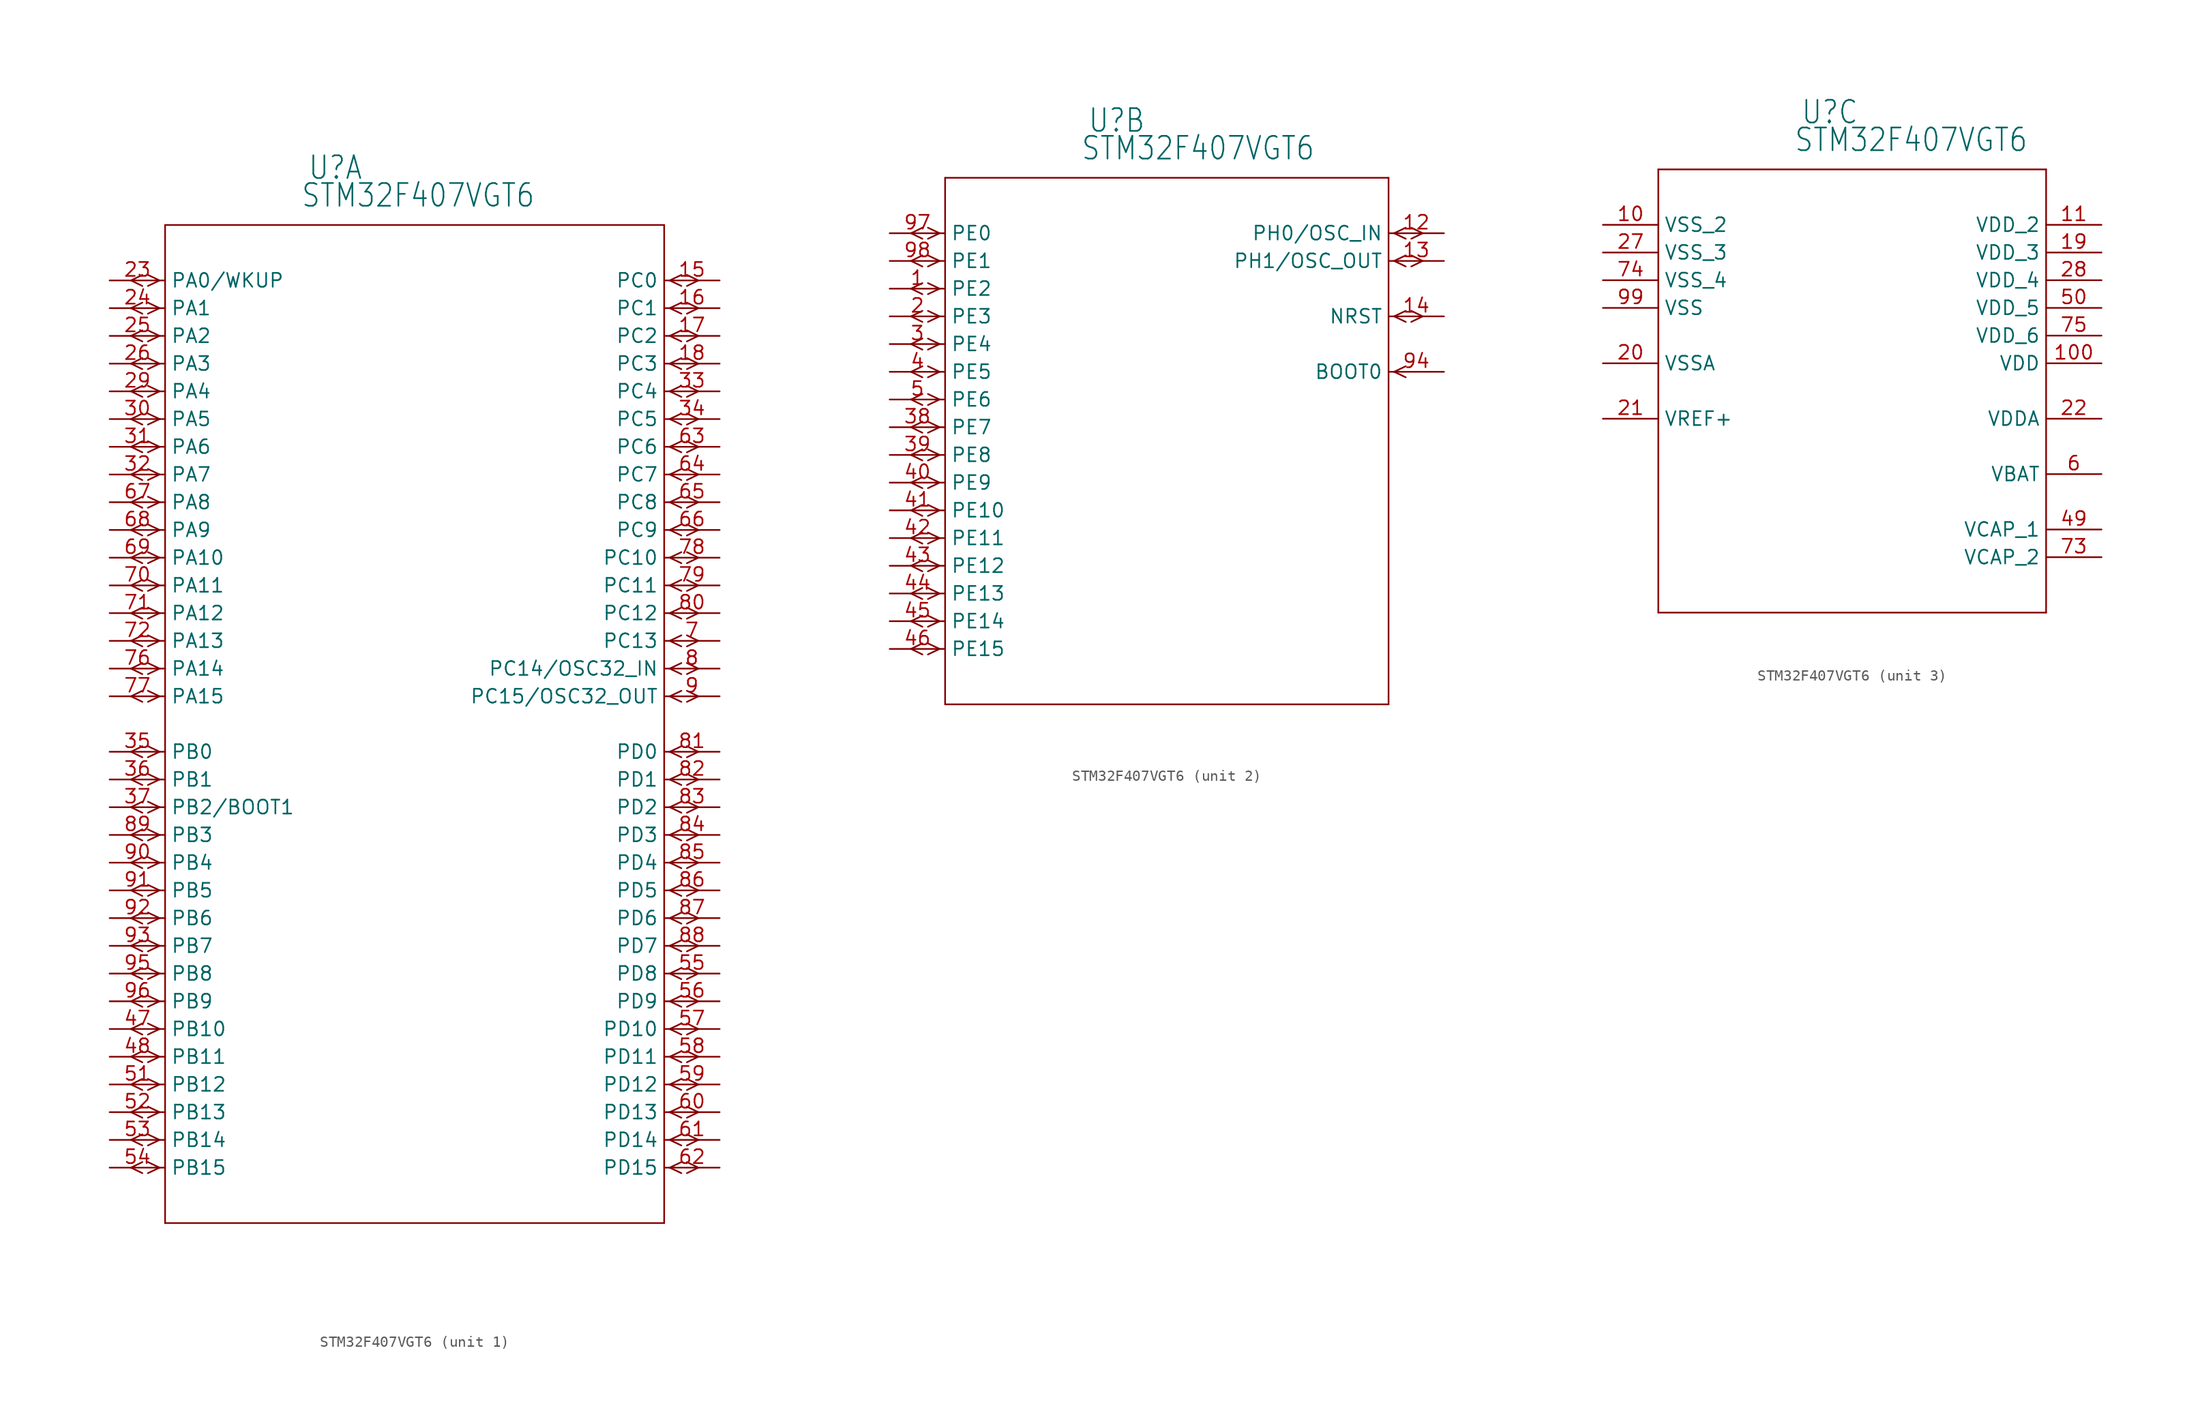
<source format=kicad_sym>
(kicad_symbol_lib
  (version 20211014)
  (generator kicad_symbol_editor)
  (symbol "STM32F407VGT6"
    (property "Reference" "U"
      (at 20.676 9.119 0)
      (effects (font (size 2.083 1.77)) (justify left bottom)))
    (property "Value" "STM32F407VGT6"
      (at 20.041 6.579 0)
      (effects (font (size 2.083 1.77)) (justify left bottom)))
    (property "ki_locked" ""
      (at 0 0 0)
      (effects (font (size 1.27 1.27))))
    (symbol "STM32F407VGT6_1_0"
      (polyline (pts (xy 5.537 -81.788) (xy 4.496 -81.28)) (stroke (width 0.152) (type default) (color 0 0 0 0)) (fill (type none)))
      (polyline (pts (xy 5.537 -80.772) (xy 4.496 -81.28)) (stroke (width 0.152) (type default) (color 0 0 0 0)) (fill (type none)))
      (polyline (pts (xy 5.537 -79.248) (xy 4.496 -78.74)) (stroke (width 0.152) (type default) (color 0 0 0 0)) (fill (type none)))
      (polyline (pts (xy 5.537 -78.232) (xy 4.496 -78.74)) (stroke (width 0.152) (type default) (color 0 0 0 0)) (fill (type none)))
      (polyline (pts (xy 5.537 -76.708) (xy 4.496 -76.2)) (stroke (width 0.152) (type default) (color 0 0 0 0)) (fill (type none)))
      (polyline (pts (xy 5.537 -75.692) (xy 4.496 -76.2)) (stroke (width 0.152) (type default) (color 0 0 0 0)) (fill (type none)))
      (polyline (pts (xy 5.537 -74.168) (xy 4.496 -73.66)) (stroke (width 0.152) (type default) (color 0 0 0 0)) (fill (type none)))
      (polyline (pts (xy 5.537 -73.152) (xy 4.496 -73.66)) (stroke (width 0.152) (type default) (color 0 0 0 0)) (fill (type none)))
      (polyline (pts (xy 5.537 -71.628) (xy 4.496 -71.12)) (stroke (width 0.152) (type default) (color 0 0 0 0)) (fill (type none)))
      (polyline (pts (xy 5.537 -70.612) (xy 4.496 -71.12)) (stroke (width 0.152) (type default) (color 0 0 0 0)) (fill (type none)))
      (polyline (pts (xy 5.537 -69.088) (xy 4.496 -68.58)) (stroke (width 0.152) (type default) (color 0 0 0 0)) (fill (type none)))
      (polyline (pts (xy 5.537 -68.072) (xy 4.496 -68.58)) (stroke (width 0.152) (type default) (color 0 0 0 0)) (fill (type none)))
      (polyline (pts (xy 5.537 -66.548) (xy 4.496 -66.04)) (stroke (width 0.152) (type default) (color 0 0 0 0)) (fill (type none)))
      (polyline (pts (xy 5.537 -65.532) (xy 4.496 -66.04)) (stroke (width 0.152) (type default) (color 0 0 0 0)) (fill (type none)))
      (polyline (pts (xy 5.537 -64.008) (xy 4.496 -63.5)) (stroke (width 0.152) (type default) (color 0 0 0 0)) (fill (type none)))
      (polyline (pts (xy 5.537 -62.992) (xy 4.496 -63.5)) (stroke (width 0.152) (type default) (color 0 0 0 0)) (fill (type none)))
      (polyline (pts (xy 5.537 -61.468) (xy 4.496 -60.96)) (stroke (width 0.152) (type default) (color 0 0 0 0)) (fill (type none)))
      (polyline (pts (xy 5.537 -60.452) (xy 4.496 -60.96)) (stroke (width 0.152) (type default) (color 0 0 0 0)) (fill (type none)))
      (polyline (pts (xy 5.537 -58.928) (xy 4.496 -58.42)) (stroke (width 0.152) (type default) (color 0 0 0 0)) (fill (type none)))
      (polyline (pts (xy 5.537 -57.912) (xy 4.496 -58.42)) (stroke (width 0.152) (type default) (color 0 0 0 0)) (fill (type none)))
      (polyline (pts (xy 5.537 -56.388) (xy 4.496 -55.88)) (stroke (width 0.152) (type default) (color 0 0 0 0)) (fill (type none)))
      (polyline (pts (xy 5.537 -55.372) (xy 4.496 -55.88)) (stroke (width 0.152) (type default) (color 0 0 0 0)) (fill (type none)))
      (polyline (pts (xy 5.537 -53.848) (xy 4.496 -53.34)) (stroke (width 0.152) (type default) (color 0 0 0 0)) (fill (type none)))
      (polyline (pts (xy 5.537 -52.832) (xy 4.496 -53.34)) (stroke (width 0.152) (type default) (color 0 0 0 0)) (fill (type none)))
      (polyline (pts (xy 5.537 -51.308) (xy 4.496 -50.8)) (stroke (width 0.152) (type default) (color 0 0 0 0)) (fill (type none)))
      (polyline (pts (xy 5.537 -50.292) (xy 4.496 -50.8)) (stroke (width 0.152) (type default) (color 0 0 0 0)) (fill (type none)))
      (polyline (pts (xy 5.537 -48.768) (xy 4.496 -48.26)) (stroke (width 0.152) (type default) (color 0 0 0 0)) (fill (type none)))
      (polyline (pts (xy 5.537 -47.752) (xy 4.496 -48.26)) (stroke (width 0.152) (type default) (color 0 0 0 0)) (fill (type none)))
      (polyline (pts (xy 5.537 -46.228) (xy 4.496 -45.72)) (stroke (width 0.152) (type default) (color 0 0 0 0)) (fill (type none)))
      (polyline (pts (xy 5.537 -45.212) (xy 4.496 -45.72)) (stroke (width 0.152) (type default) (color 0 0 0 0)) (fill (type none)))
      (polyline (pts (xy 5.537 -43.688) (xy 4.496 -43.18)) (stroke (width 0.152) (type default) (color 0 0 0 0)) (fill (type none)))
      (polyline (pts (xy 5.537 -42.672) (xy 4.496 -43.18)) (stroke (width 0.152) (type default) (color 0 0 0 0)) (fill (type none)))
      (polyline (pts (xy 5.537 -38.608) (xy 4.496 -38.1)) (stroke (width 0.152) (type default) (color 0 0 0 0)) (fill (type none)))
      (polyline (pts (xy 5.537 -37.592) (xy 4.496 -38.1)) (stroke (width 0.152) (type default) (color 0 0 0 0)) (fill (type none)))
      (polyline (pts (xy 5.537 -36.068) (xy 4.496 -35.56)) (stroke (width 0.152) (type default) (color 0 0 0 0)) (fill (type none)))
      (polyline (pts (xy 5.537 -35.052) (xy 4.496 -35.56)) (stroke (width 0.152) (type default) (color 0 0 0 0)) (fill (type none)))
      (polyline (pts (xy 5.537 -33.528) (xy 4.496 -33.02)) (stroke (width 0.152) (type default) (color 0 0 0 0)) (fill (type none)))
      (polyline (pts (xy 5.537 -32.512) (xy 4.496 -33.02)) (stroke (width 0.152) (type default) (color 0 0 0 0)) (fill (type none)))
      (polyline (pts (xy 5.537 -30.988) (xy 4.496 -30.48)) (stroke (width 0.152) (type default) (color 0 0 0 0)) (fill (type none)))
      (polyline (pts (xy 5.537 -29.972) (xy 4.496 -30.48)) (stroke (width 0.152) (type default) (color 0 0 0 0)) (fill (type none)))
      (polyline (pts (xy 5.537 -28.448) (xy 4.496 -27.94)) (stroke (width 0.152) (type default) (color 0 0 0 0)) (fill (type none)))
      (polyline (pts (xy 5.537 -27.432) (xy 4.496 -27.94)) (stroke (width 0.152) (type default) (color 0 0 0 0)) (fill (type none)))
      (polyline (pts (xy 5.537 -25.908) (xy 4.496 -25.4)) (stroke (width 0.152) (type default) (color 0 0 0 0)) (fill (type none)))
      (polyline (pts (xy 5.537 -24.892) (xy 4.496 -25.4)) (stroke (width 0.152) (type default) (color 0 0 0 0)) (fill (type none)))
      (polyline (pts (xy 5.537 -23.368) (xy 4.496 -22.86)) (stroke (width 0.152) (type default) (color 0 0 0 0)) (fill (type none)))
      (polyline (pts (xy 5.537 -22.352) (xy 4.496 -22.86)) (stroke (width 0.152) (type default) (color 0 0 0 0)) (fill (type none)))
      (polyline (pts (xy 5.537 -20.828) (xy 4.496 -20.32)) (stroke (width 0.152) (type default) (color 0 0 0 0)) (fill (type none)))
      (polyline (pts (xy 5.537 -19.812) (xy 4.496 -20.32)) (stroke (width 0.152) (type default) (color 0 0 0 0)) (fill (type none)))
      (polyline (pts (xy 5.537 -18.288) (xy 4.496 -17.78)) (stroke (width 0.152) (type default) (color 0 0 0 0)) (fill (type none)))
      (polyline (pts (xy 5.537 -17.272) (xy 4.496 -17.78)) (stroke (width 0.152) (type default) (color 0 0 0 0)) (fill (type none)))
      (polyline (pts (xy 5.537 -15.748) (xy 4.496 -15.24)) (stroke (width 0.152) (type default) (color 0 0 0 0)) (fill (type none)))
      (polyline (pts (xy 5.537 -14.732) (xy 4.496 -15.24)) (stroke (width 0.152) (type default) (color 0 0 0 0)) (fill (type none)))
      (polyline (pts (xy 5.537 -13.208) (xy 4.496 -12.7)) (stroke (width 0.152) (type default) (color 0 0 0 0)) (fill (type none)))
      (polyline (pts (xy 5.537 -12.192) (xy 4.496 -12.7)) (stroke (width 0.152) (type default) (color 0 0 0 0)) (fill (type none)))
      (polyline (pts (xy 5.537 -10.668) (xy 4.496 -10.16)) (stroke (width 0.152) (type default) (color 0 0 0 0)) (fill (type none)))
      (polyline (pts (xy 5.537 -9.652) (xy 4.496 -10.16)) (stroke (width 0.152) (type default) (color 0 0 0 0)) (fill (type none)))
      (polyline (pts (xy 5.537 -8.128) (xy 4.496 -7.62)) (stroke (width 0.152) (type default) (color 0 0 0 0)) (fill (type none)))
      (polyline (pts (xy 5.537 -7.112) (xy 4.496 -7.62)) (stroke (width 0.152) (type default) (color 0 0 0 0)) (fill (type none)))
      (polyline (pts (xy 5.537 -5.588) (xy 4.496 -5.08)) (stroke (width 0.152) (type default) (color 0 0 0 0)) (fill (type none)))
      (polyline (pts (xy 5.537 -4.572) (xy 4.496 -5.08)) (stroke (width 0.152) (type default) (color 0 0 0 0)) (fill (type none)))
      (polyline (pts (xy 5.537 -3.048) (xy 4.496 -2.54)) (stroke (width 0.152) (type default) (color 0 0 0 0)) (fill (type none)))
      (polyline (pts (xy 5.537 -2.032) (xy 4.496 -2.54)) (stroke (width 0.152) (type default) (color 0 0 0 0)) (fill (type none)))
      (polyline (pts (xy 5.537 -0.508) (xy 4.496 0)) (stroke (width 0.152) (type default) (color 0 0 0 0)) (fill (type none)))
      (polyline (pts (xy 5.537 0.508) (xy 4.496 0)) (stroke (width 0.152) (type default) (color 0 0 0 0)) (fill (type none)))
      (polyline (pts (xy 7.112 -81.28) (xy 6.045 -81.788)) (stroke (width 0.152) (type default) (color 0 0 0 0)) (fill (type none)))
      (polyline (pts (xy 7.112 -81.28) (xy 6.045 -80.772)) (stroke (width 0.152) (type default) (color 0 0 0 0)) (fill (type none)))
      (polyline (pts (xy 7.112 -78.74) (xy 6.045 -79.248)) (stroke (width 0.152) (type default) (color 0 0 0 0)) (fill (type none)))
      (polyline (pts (xy 7.112 -78.74) (xy 6.045 -78.232)) (stroke (width 0.152) (type default) (color 0 0 0 0)) (fill (type none)))
      (polyline (pts (xy 7.112 -76.2) (xy 6.045 -76.708)) (stroke (width 0.152) (type default) (color 0 0 0 0)) (fill (type none)))
      (polyline (pts (xy 7.112 -76.2) (xy 6.045 -75.692)) (stroke (width 0.152) (type default) (color 0 0 0 0)) (fill (type none)))
      (polyline (pts (xy 7.112 -73.66) (xy 6.045 -74.168)) (stroke (width 0.152) (type default) (color 0 0 0 0)) (fill (type none)))
      (polyline (pts (xy 7.112 -73.66) (xy 6.045 -73.152)) (stroke (width 0.152) (type default) (color 0 0 0 0)) (fill (type none)))
      (polyline (pts (xy 7.112 -71.12) (xy 6.045 -71.628)) (stroke (width 0.152) (type default) (color 0 0 0 0)) (fill (type none)))
      (polyline (pts (xy 7.112 -71.12) (xy 6.045 -70.612)) (stroke (width 0.152) (type default) (color 0 0 0 0)) (fill (type none)))
      (polyline (pts (xy 7.112 -68.58) (xy 6.045 -69.088)) (stroke (width 0.152) (type default) (color 0 0 0 0)) (fill (type none)))
      (polyline (pts (xy 7.112 -68.58) (xy 6.045 -68.072)) (stroke (width 0.152) (type default) (color 0 0 0 0)) (fill (type none)))
      (polyline (pts (xy 7.112 -66.04) (xy 6.045 -66.548)) (stroke (width 0.152) (type default) (color 0 0 0 0)) (fill (type none)))
      (polyline (pts (xy 7.112 -66.04) (xy 6.045 -65.532)) (stroke (width 0.152) (type default) (color 0 0 0 0)) (fill (type none)))
      (polyline (pts (xy 7.112 -63.5) (xy 6.045 -64.008)) (stroke (width 0.152) (type default) (color 0 0 0 0)) (fill (type none)))
      (polyline (pts (xy 7.112 -63.5) (xy 6.045 -62.992)) (stroke (width 0.152) (type default) (color 0 0 0 0)) (fill (type none)))
      (polyline (pts (xy 7.112 -60.96) (xy 6.045 -61.468)) (stroke (width 0.152) (type default) (color 0 0 0 0)) (fill (type none)))
      (polyline (pts (xy 7.112 -60.96) (xy 6.045 -60.452)) (stroke (width 0.152) (type default) (color 0 0 0 0)) (fill (type none)))
      (polyline (pts (xy 7.112 -58.42) (xy 6.045 -58.928)) (stroke (width 0.152) (type default) (color 0 0 0 0)) (fill (type none)))
      (polyline (pts (xy 7.112 -58.42) (xy 6.045 -57.912)) (stroke (width 0.152) (type default) (color 0 0 0 0)) (fill (type none)))
      (polyline (pts (xy 7.112 -55.88) (xy 6.045 -56.388)) (stroke (width 0.152) (type default) (color 0 0 0 0)) (fill (type none)))
      (polyline (pts (xy 7.112 -55.88) (xy 6.045 -55.372)) (stroke (width 0.152) (type default) (color 0 0 0 0)) (fill (type none)))
      (polyline (pts (xy 7.112 -53.34) (xy 6.045 -53.848)) (stroke (width 0.152) (type default) (color 0 0 0 0)) (fill (type none)))
      (polyline (pts (xy 7.112 -53.34) (xy 6.045 -52.832)) (stroke (width 0.152) (type default) (color 0 0 0 0)) (fill (type none)))
      (polyline (pts (xy 7.112 -50.8) (xy 6.045 -51.308)) (stroke (width 0.152) (type default) (color 0 0 0 0)) (fill (type none)))
      (polyline (pts (xy 7.112 -50.8) (xy 6.045 -50.292)) (stroke (width 0.152) (type default) (color 0 0 0 0)) (fill (type none)))
      (polyline (pts (xy 7.112 -48.26) (xy 6.045 -48.768)) (stroke (width 0.152) (type default) (color 0 0 0 0)) (fill (type none)))
      (polyline (pts (xy 7.112 -48.26) (xy 6.045 -47.752)) (stroke (width 0.152) (type default) (color 0 0 0 0)) (fill (type none)))
      (polyline (pts (xy 7.112 -45.72) (xy 6.045 -46.228)) (stroke (width 0.152) (type default) (color 0 0 0 0)) (fill (type none)))
      (polyline (pts (xy 7.112 -45.72) (xy 6.045 -45.212)) (stroke (width 0.152) (type default) (color 0 0 0 0)) (fill (type none)))
      (polyline (pts (xy 7.112 -43.18) (xy 6.045 -43.688)) (stroke (width 0.152) (type default) (color 0 0 0 0)) (fill (type none)))
      (polyline (pts (xy 7.112 -43.18) (xy 6.045 -42.672)) (stroke (width 0.152) (type default) (color 0 0 0 0)) (fill (type none)))
      (polyline (pts (xy 7.112 -38.1) (xy 6.045 -38.608)) (stroke (width 0.152) (type default) (color 0 0 0 0)) (fill (type none)))
      (polyline (pts (xy 7.112 -38.1) (xy 6.045 -37.592)) (stroke (width 0.152) (type default) (color 0 0 0 0)) (fill (type none)))
      (polyline (pts (xy 7.112 -35.56) (xy 6.045 -36.068)) (stroke (width 0.152) (type default) (color 0 0 0 0)) (fill (type none)))
      (polyline (pts (xy 7.112 -35.56) (xy 6.045 -35.052)) (stroke (width 0.152) (type default) (color 0 0 0 0)) (fill (type none)))
      (polyline (pts (xy 7.112 -33.02) (xy 6.045 -33.528)) (stroke (width 0.152) (type default) (color 0 0 0 0)) (fill (type none)))
      (polyline (pts (xy 7.112 -33.02) (xy 6.045 -32.512)) (stroke (width 0.152) (type default) (color 0 0 0 0)) (fill (type none)))
      (polyline (pts (xy 7.112 -30.48) (xy 6.045 -30.988)) (stroke (width 0.152) (type default) (color 0 0 0 0)) (fill (type none)))
      (polyline (pts (xy 7.112 -30.48) (xy 6.045 -29.972)) (stroke (width 0.152) (type default) (color 0 0 0 0)) (fill (type none)))
      (polyline (pts (xy 7.112 -27.94) (xy 6.045 -28.448)) (stroke (width 0.152) (type default) (color 0 0 0 0)) (fill (type none)))
      (polyline (pts (xy 7.112 -27.94) (xy 6.045 -27.432)) (stroke (width 0.152) (type default) (color 0 0 0 0)) (fill (type none)))
      (polyline (pts (xy 7.112 -25.4) (xy 6.045 -25.908)) (stroke (width 0.152) (type default) (color 0 0 0 0)) (fill (type none)))
      (polyline (pts (xy 7.112 -25.4) (xy 6.045 -24.892)) (stroke (width 0.152) (type default) (color 0 0 0 0)) (fill (type none)))
      (polyline (pts (xy 7.112 -22.86) (xy 6.045 -23.368)) (stroke (width 0.152) (type default) (color 0 0 0 0)) (fill (type none)))
      (polyline (pts (xy 7.112 -22.86) (xy 6.045 -22.352)) (stroke (width 0.152) (type default) (color 0 0 0 0)) (fill (type none)))
      (polyline (pts (xy 7.112 -20.32) (xy 6.045 -20.828)) (stroke (width 0.152) (type default) (color 0 0 0 0)) (fill (type none)))
      (polyline (pts (xy 7.112 -20.32) (xy 6.045 -19.812)) (stroke (width 0.152) (type default) (color 0 0 0 0)) (fill (type none)))
      (polyline (pts (xy 7.112 -17.78) (xy 6.045 -18.288)) (stroke (width 0.152) (type default) (color 0 0 0 0)) (fill (type none)))
      (polyline (pts (xy 7.112 -17.78) (xy 6.045 -17.272)) (stroke (width 0.152) (type default) (color 0 0 0 0)) (fill (type none)))
      (polyline (pts (xy 7.112 -15.24) (xy 6.045 -15.748)) (stroke (width 0.152) (type default) (color 0 0 0 0)) (fill (type none)))
      (polyline (pts (xy 7.112 -15.24) (xy 6.045 -14.732)) (stroke (width 0.152) (type default) (color 0 0 0 0)) (fill (type none)))
      (polyline (pts (xy 7.112 -12.7) (xy 6.045 -13.208)) (stroke (width 0.152) (type default) (color 0 0 0 0)) (fill (type none)))
      (polyline (pts (xy 7.112 -12.7) (xy 6.045 -12.192)) (stroke (width 0.152) (type default) (color 0 0 0 0)) (fill (type none)))
      (polyline (pts (xy 7.112 -10.16) (xy 6.045 -10.668)) (stroke (width 0.152) (type default) (color 0 0 0 0)) (fill (type none)))
      (polyline (pts (xy 7.112 -10.16) (xy 6.045 -9.652)) (stroke (width 0.152) (type default) (color 0 0 0 0)) (fill (type none)))
      (polyline (pts (xy 7.112 -7.62) (xy 6.045 -8.128)) (stroke (width 0.152) (type default) (color 0 0 0 0)) (fill (type none)))
      (polyline (pts (xy 7.112 -7.62) (xy 6.045 -7.112)) (stroke (width 0.152) (type default) (color 0 0 0 0)) (fill (type none)))
      (polyline (pts (xy 7.112 -5.08) (xy 6.045 -5.588)) (stroke (width 0.152) (type default) (color 0 0 0 0)) (fill (type none)))
      (polyline (pts (xy 7.112 -5.08) (xy 6.045 -4.572)) (stroke (width 0.152) (type default) (color 0 0 0 0)) (fill (type none)))
      (polyline (pts (xy 7.112 -2.54) (xy 6.045 -3.048)) (stroke (width 0.152) (type default) (color 0 0 0 0)) (fill (type none)))
      (polyline (pts (xy 7.112 -2.54) (xy 6.045 -2.032)) (stroke (width 0.152) (type default) (color 0 0 0 0)) (fill (type none)))
      (polyline (pts (xy 7.112 0) (xy 6.045 -0.508)) (stroke (width 0.152) (type default) (color 0 0 0 0)) (fill (type none)))
      (polyline (pts (xy 7.112 0) (xy 6.045 0.508)) (stroke (width 0.152) (type default) (color 0 0 0 0)) (fill (type none)))
      (polyline (pts (xy 7.62 -86.36) (xy 53.34 -86.36)) (stroke (width 0.152) (type default) (color 0 0 0 0)) (fill (type none)))
      (polyline (pts (xy 7.62 5.08) (xy 7.62 -86.36)) (stroke (width 0.152) (type default) (color 0 0 0 0)) (fill (type none)))
      (polyline (pts (xy 53.34 -86.36) (xy 53.34 5.08)) (stroke (width 0.152) (type default) (color 0 0 0 0)) (fill (type none)))
      (polyline (pts (xy 53.34 5.08) (xy 7.62 5.08)) (stroke (width 0.152) (type default) (color 0 0 0 0)) (fill (type none)))
      (polyline (pts (xy 53.848 -81.28) (xy 54.915 -81.788)) (stroke (width 0.152) (type default) (color 0 0 0 0)) (fill (type none)))
      (polyline (pts (xy 53.848 -81.28) (xy 54.915 -80.772)) (stroke (width 0.152) (type default) (color 0 0 0 0)) (fill (type none)))
      (polyline (pts (xy 53.848 -78.74) (xy 54.915 -79.248)) (stroke (width 0.152) (type default) (color 0 0 0 0)) (fill (type none)))
      (polyline (pts (xy 53.848 -78.74) (xy 54.915 -78.232)) (stroke (width 0.152) (type default) (color 0 0 0 0)) (fill (type none)))
      (polyline (pts (xy 53.848 -76.2) (xy 54.915 -76.708)) (stroke (width 0.152) (type default) (color 0 0 0 0)) (fill (type none)))
      (polyline (pts (xy 53.848 -76.2) (xy 54.915 -75.692)) (stroke (width 0.152) (type default) (color 0 0 0 0)) (fill (type none)))
      (polyline (pts (xy 53.848 -73.66) (xy 54.915 -74.168)) (stroke (width 0.152) (type default) (color 0 0 0 0)) (fill (type none)))
      (polyline (pts (xy 53.848 -73.66) (xy 54.915 -73.152)) (stroke (width 0.152) (type default) (color 0 0 0 0)) (fill (type none)))
      (polyline (pts (xy 53.848 -71.12) (xy 54.915 -71.628)) (stroke (width 0.152) (type default) (color 0 0 0 0)) (fill (type none)))
      (polyline (pts (xy 53.848 -71.12) (xy 54.915 -70.612)) (stroke (width 0.152) (type default) (color 0 0 0 0)) (fill (type none)))
      (polyline (pts (xy 53.848 -68.58) (xy 54.915 -69.088)) (stroke (width 0.152) (type default) (color 0 0 0 0)) (fill (type none)))
      (polyline (pts (xy 53.848 -68.58) (xy 54.915 -68.072)) (stroke (width 0.152) (type default) (color 0 0 0 0)) (fill (type none)))
      (polyline (pts (xy 53.848 -66.04) (xy 54.915 -66.548)) (stroke (width 0.152) (type default) (color 0 0 0 0)) (fill (type none)))
      (polyline (pts (xy 53.848 -66.04) (xy 54.915 -65.532)) (stroke (width 0.152) (type default) (color 0 0 0 0)) (fill (type none)))
      (polyline (pts (xy 53.848 -63.5) (xy 54.915 -64.008)) (stroke (width 0.152) (type default) (color 0 0 0 0)) (fill (type none)))
      (polyline (pts (xy 53.848 -63.5) (xy 54.915 -62.992)) (stroke (width 0.152) (type default) (color 0 0 0 0)) (fill (type none)))
      (polyline (pts (xy 53.848 -60.96) (xy 54.915 -61.468)) (stroke (width 0.152) (type default) (color 0 0 0 0)) (fill (type none)))
      (polyline (pts (xy 53.848 -60.96) (xy 54.915 -60.452)) (stroke (width 0.152) (type default) (color 0 0 0 0)) (fill (type none)))
      (polyline (pts (xy 53.848 -58.42) (xy 54.915 -58.928)) (stroke (width 0.152) (type default) (color 0 0 0 0)) (fill (type none)))
      (polyline (pts (xy 53.848 -58.42) (xy 54.915 -57.912)) (stroke (width 0.152) (type default) (color 0 0 0 0)) (fill (type none)))
      (polyline (pts (xy 53.848 -55.88) (xy 54.915 -56.388)) (stroke (width 0.152) (type default) (color 0 0 0 0)) (fill (type none)))
      (polyline (pts (xy 53.848 -55.88) (xy 54.915 -55.372)) (stroke (width 0.152) (type default) (color 0 0 0 0)) (fill (type none)))
      (polyline (pts (xy 53.848 -53.34) (xy 54.915 -53.848)) (stroke (width 0.152) (type default) (color 0 0 0 0)) (fill (type none)))
      (polyline (pts (xy 53.848 -53.34) (xy 54.915 -52.832)) (stroke (width 0.152) (type default) (color 0 0 0 0)) (fill (type none)))
      (polyline (pts (xy 53.848 -50.8) (xy 54.915 -51.308)) (stroke (width 0.152) (type default) (color 0 0 0 0)) (fill (type none)))
      (polyline (pts (xy 53.848 -50.8) (xy 54.915 -50.292)) (stroke (width 0.152) (type default) (color 0 0 0 0)) (fill (type none)))
      (polyline (pts (xy 53.848 -48.26) (xy 54.915 -48.768)) (stroke (width 0.152) (type default) (color 0 0 0 0)) (fill (type none)))
      (polyline (pts (xy 53.848 -48.26) (xy 54.915 -47.752)) (stroke (width 0.152) (type default) (color 0 0 0 0)) (fill (type none)))
      (polyline (pts (xy 53.848 -45.72) (xy 54.915 -46.228)) (stroke (width 0.152) (type default) (color 0 0 0 0)) (fill (type none)))
      (polyline (pts (xy 53.848 -45.72) (xy 54.915 -45.212)) (stroke (width 0.152) (type default) (color 0 0 0 0)) (fill (type none)))
      (polyline (pts (xy 53.848 -43.18) (xy 54.915 -43.688)) (stroke (width 0.152) (type default) (color 0 0 0 0)) (fill (type none)))
      (polyline (pts (xy 53.848 -43.18) (xy 54.915 -42.672)) (stroke (width 0.152) (type default) (color 0 0 0 0)) (fill (type none)))
      (polyline (pts (xy 53.848 -38.1) (xy 54.915 -38.608)) (stroke (width 0.152) (type default) (color 0 0 0 0)) (fill (type none)))
      (polyline (pts (xy 53.848 -38.1) (xy 54.915 -37.592)) (stroke (width 0.152) (type default) (color 0 0 0 0)) (fill (type none)))
      (polyline (pts (xy 53.848 -35.56) (xy 54.915 -36.068)) (stroke (width 0.152) (type default) (color 0 0 0 0)) (fill (type none)))
      (polyline (pts (xy 53.848 -35.56) (xy 54.915 -35.052)) (stroke (width 0.152) (type default) (color 0 0 0 0)) (fill (type none)))
      (polyline (pts (xy 53.848 -33.02) (xy 54.915 -33.528)) (stroke (width 0.152) (type default) (color 0 0 0 0)) (fill (type none)))
      (polyline (pts (xy 53.848 -33.02) (xy 54.915 -32.512)) (stroke (width 0.152) (type default) (color 0 0 0 0)) (fill (type none)))
      (polyline (pts (xy 53.848 -30.48) (xy 54.915 -30.988)) (stroke (width 0.152) (type default) (color 0 0 0 0)) (fill (type none)))
      (polyline (pts (xy 53.848 -30.48) (xy 54.915 -29.972)) (stroke (width 0.152) (type default) (color 0 0 0 0)) (fill (type none)))
      (polyline (pts (xy 53.848 -27.94) (xy 54.915 -28.448)) (stroke (width 0.152) (type default) (color 0 0 0 0)) (fill (type none)))
      (polyline (pts (xy 53.848 -27.94) (xy 54.915 -27.432)) (stroke (width 0.152) (type default) (color 0 0 0 0)) (fill (type none)))
      (polyline (pts (xy 53.848 -25.4) (xy 54.915 -25.908)) (stroke (width 0.152) (type default) (color 0 0 0 0)) (fill (type none)))
      (polyline (pts (xy 53.848 -25.4) (xy 54.915 -24.892)) (stroke (width 0.152) (type default) (color 0 0 0 0)) (fill (type none)))
      (polyline (pts (xy 53.848 -22.86) (xy 54.915 -23.368)) (stroke (width 0.152) (type default) (color 0 0 0 0)) (fill (type none)))
      (polyline (pts (xy 53.848 -22.86) (xy 54.915 -22.352)) (stroke (width 0.152) (type default) (color 0 0 0 0)) (fill (type none)))
      (polyline (pts (xy 53.848 -20.32) (xy 54.915 -20.828)) (stroke (width 0.152) (type default) (color 0 0 0 0)) (fill (type none)))
      (polyline (pts (xy 53.848 -20.32) (xy 54.915 -19.812)) (stroke (width 0.152) (type default) (color 0 0 0 0)) (fill (type none)))
      (polyline (pts (xy 53.848 -17.78) (xy 54.915 -18.288)) (stroke (width 0.152) (type default) (color 0 0 0 0)) (fill (type none)))
      (polyline (pts (xy 53.848 -17.78) (xy 54.915 -17.272)) (stroke (width 0.152) (type default) (color 0 0 0 0)) (fill (type none)))
      (polyline (pts (xy 53.848 -15.24) (xy 54.915 -15.748)) (stroke (width 0.152) (type default) (color 0 0 0 0)) (fill (type none)))
      (polyline (pts (xy 53.848 -15.24) (xy 54.915 -14.732)) (stroke (width 0.152) (type default) (color 0 0 0 0)) (fill (type none)))
      (polyline (pts (xy 53.848 -12.7) (xy 54.915 -13.208)) (stroke (width 0.152) (type default) (color 0 0 0 0)) (fill (type none)))
      (polyline (pts (xy 53.848 -12.7) (xy 54.915 -12.192)) (stroke (width 0.152) (type default) (color 0 0 0 0)) (fill (type none)))
      (polyline (pts (xy 53.848 -10.16) (xy 54.915 -10.668)) (stroke (width 0.152) (type default) (color 0 0 0 0)) (fill (type none)))
      (polyline (pts (xy 53.848 -10.16) (xy 54.915 -9.652)) (stroke (width 0.152) (type default) (color 0 0 0 0)) (fill (type none)))
      (polyline (pts (xy 53.848 -7.62) (xy 54.915 -8.128)) (stroke (width 0.152) (type default) (color 0 0 0 0)) (fill (type none)))
      (polyline (pts (xy 53.848 -7.62) (xy 54.915 -7.112)) (stroke (width 0.152) (type default) (color 0 0 0 0)) (fill (type none)))
      (polyline (pts (xy 53.848 -5.08) (xy 54.915 -5.588)) (stroke (width 0.152) (type default) (color 0 0 0 0)) (fill (type none)))
      (polyline (pts (xy 53.848 -5.08) (xy 54.915 -4.572)) (stroke (width 0.152) (type default) (color 0 0 0 0)) (fill (type none)))
      (polyline (pts (xy 53.848 -2.54) (xy 54.915 -3.048)) (stroke (width 0.152) (type default) (color 0 0 0 0)) (fill (type none)))
      (polyline (pts (xy 53.848 -2.54) (xy 54.915 -2.032)) (stroke (width 0.152) (type default) (color 0 0 0 0)) (fill (type none)))
      (polyline (pts (xy 53.848 0) (xy 54.915 -0.508)) (stroke (width 0.152) (type default) (color 0 0 0 0)) (fill (type none)))
      (polyline (pts (xy 53.848 0) (xy 54.915 0.508)) (stroke (width 0.152) (type default) (color 0 0 0 0)) (fill (type none)))
      (polyline (pts (xy 55.423 -81.788) (xy 56.464 -81.28)) (stroke (width 0.152) (type default) (color 0 0 0 0)) (fill (type none)))
      (polyline (pts (xy 55.423 -80.772) (xy 56.464 -81.28)) (stroke (width 0.152) (type default) (color 0 0 0 0)) (fill (type none)))
      (polyline (pts (xy 55.423 -79.248) (xy 56.464 -78.74)) (stroke (width 0.152) (type default) (color 0 0 0 0)) (fill (type none)))
      (polyline (pts (xy 55.423 -78.232) (xy 56.464 -78.74)) (stroke (width 0.152) (type default) (color 0 0 0 0)) (fill (type none)))
      (polyline (pts (xy 55.423 -76.708) (xy 56.464 -76.2)) (stroke (width 0.152) (type default) (color 0 0 0 0)) (fill (type none)))
      (polyline (pts (xy 55.423 -75.692) (xy 56.464 -76.2)) (stroke (width 0.152) (type default) (color 0 0 0 0)) (fill (type none)))
      (polyline (pts (xy 55.423 -74.168) (xy 56.464 -73.66)) (stroke (width 0.152) (type default) (color 0 0 0 0)) (fill (type none)))
      (polyline (pts (xy 55.423 -73.152) (xy 56.464 -73.66)) (stroke (width 0.152) (type default) (color 0 0 0 0)) (fill (type none)))
      (polyline (pts (xy 55.423 -71.628) (xy 56.464 -71.12)) (stroke (width 0.152) (type default) (color 0 0 0 0)) (fill (type none)))
      (polyline (pts (xy 55.423 -70.612) (xy 56.464 -71.12)) (stroke (width 0.152) (type default) (color 0 0 0 0)) (fill (type none)))
      (polyline (pts (xy 55.423 -69.088) (xy 56.464 -68.58)) (stroke (width 0.152) (type default) (color 0 0 0 0)) (fill (type none)))
      (polyline (pts (xy 55.423 -68.072) (xy 56.464 -68.58)) (stroke (width 0.152) (type default) (color 0 0 0 0)) (fill (type none)))
      (polyline (pts (xy 55.423 -66.548) (xy 56.464 -66.04)) (stroke (width 0.152) (type default) (color 0 0 0 0)) (fill (type none)))
      (polyline (pts (xy 55.423 -65.532) (xy 56.464 -66.04)) (stroke (width 0.152) (type default) (color 0 0 0 0)) (fill (type none)))
      (polyline (pts (xy 55.423 -64.008) (xy 56.464 -63.5)) (stroke (width 0.152) (type default) (color 0 0 0 0)) (fill (type none)))
      (polyline (pts (xy 55.423 -62.992) (xy 56.464 -63.5)) (stroke (width 0.152) (type default) (color 0 0 0 0)) (fill (type none)))
      (polyline (pts (xy 55.423 -61.468) (xy 56.464 -60.96)) (stroke (width 0.152) (type default) (color 0 0 0 0)) (fill (type none)))
      (polyline (pts (xy 55.423 -60.452) (xy 56.464 -60.96)) (stroke (width 0.152) (type default) (color 0 0 0 0)) (fill (type none)))
      (polyline (pts (xy 55.423 -58.928) (xy 56.464 -58.42)) (stroke (width 0.152) (type default) (color 0 0 0 0)) (fill (type none)))
      (polyline (pts (xy 55.423 -57.912) (xy 56.464 -58.42)) (stroke (width 0.152) (type default) (color 0 0 0 0)) (fill (type none)))
      (polyline (pts (xy 55.423 -56.388) (xy 56.464 -55.88)) (stroke (width 0.152) (type default) (color 0 0 0 0)) (fill (type none)))
      (polyline (pts (xy 55.423 -55.372) (xy 56.464 -55.88)) (stroke (width 0.152) (type default) (color 0 0 0 0)) (fill (type none)))
      (polyline (pts (xy 55.423 -53.848) (xy 56.464 -53.34)) (stroke (width 0.152) (type default) (color 0 0 0 0)) (fill (type none)))
      (polyline (pts (xy 55.423 -52.832) (xy 56.464 -53.34)) (stroke (width 0.152) (type default) (color 0 0 0 0)) (fill (type none)))
      (polyline (pts (xy 55.423 -51.308) (xy 56.464 -50.8)) (stroke (width 0.152) (type default) (color 0 0 0 0)) (fill (type none)))
      (polyline (pts (xy 55.423 -50.292) (xy 56.464 -50.8)) (stroke (width 0.152) (type default) (color 0 0 0 0)) (fill (type none)))
      (polyline (pts (xy 55.423 -48.768) (xy 56.464 -48.26)) (stroke (width 0.152) (type default) (color 0 0 0 0)) (fill (type none)))
      (polyline (pts (xy 55.423 -47.752) (xy 56.464 -48.26)) (stroke (width 0.152) (type default) (color 0 0 0 0)) (fill (type none)))
      (polyline (pts (xy 55.423 -46.228) (xy 56.464 -45.72)) (stroke (width 0.152) (type default) (color 0 0 0 0)) (fill (type none)))
      (polyline (pts (xy 55.423 -45.212) (xy 56.464 -45.72)) (stroke (width 0.152) (type default) (color 0 0 0 0)) (fill (type none)))
      (polyline (pts (xy 55.423 -43.688) (xy 56.464 -43.18)) (stroke (width 0.152) (type default) (color 0 0 0 0)) (fill (type none)))
      (polyline (pts (xy 55.423 -42.672) (xy 56.464 -43.18)) (stroke (width 0.152) (type default) (color 0 0 0 0)) (fill (type none)))
      (polyline (pts (xy 55.423 -38.608) (xy 56.464 -38.1)) (stroke (width 0.152) (type default) (color 0 0 0 0)) (fill (type none)))
      (polyline (pts (xy 55.423 -37.592) (xy 56.464 -38.1)) (stroke (width 0.152) (type default) (color 0 0 0 0)) (fill (type none)))
      (polyline (pts (xy 55.423 -36.068) (xy 56.464 -35.56)) (stroke (width 0.152) (type default) (color 0 0 0 0)) (fill (type none)))
      (polyline (pts (xy 55.423 -35.052) (xy 56.464 -35.56)) (stroke (width 0.152) (type default) (color 0 0 0 0)) (fill (type none)))
      (polyline (pts (xy 55.423 -33.528) (xy 56.464 -33.02)) (stroke (width 0.152) (type default) (color 0 0 0 0)) (fill (type none)))
      (polyline (pts (xy 55.423 -32.512) (xy 56.464 -33.02)) (stroke (width 0.152) (type default) (color 0 0 0 0)) (fill (type none)))
      (polyline (pts (xy 55.423 -30.988) (xy 56.464 -30.48)) (stroke (width 0.152) (type default) (color 0 0 0 0)) (fill (type none)))
      (polyline (pts (xy 55.423 -29.972) (xy 56.464 -30.48)) (stroke (width 0.152) (type default) (color 0 0 0 0)) (fill (type none)))
      (polyline (pts (xy 55.423 -28.448) (xy 56.464 -27.94)) (stroke (width 0.152) (type default) (color 0 0 0 0)) (fill (type none)))
      (polyline (pts (xy 55.423 -27.432) (xy 56.464 -27.94)) (stroke (width 0.152) (type default) (color 0 0 0 0)) (fill (type none)))
      (polyline (pts (xy 55.423 -25.908) (xy 56.464 -25.4)) (stroke (width 0.152) (type default) (color 0 0 0 0)) (fill (type none)))
      (polyline (pts (xy 55.423 -24.892) (xy 56.464 -25.4)) (stroke (width 0.152) (type default) (color 0 0 0 0)) (fill (type none)))
      (polyline (pts (xy 55.423 -23.368) (xy 56.464 -22.86)) (stroke (width 0.152) (type default) (color 0 0 0 0)) (fill (type none)))
      (polyline (pts (xy 55.423 -22.352) (xy 56.464 -22.86)) (stroke (width 0.152) (type default) (color 0 0 0 0)) (fill (type none)))
      (polyline (pts (xy 55.423 -20.828) (xy 56.464 -20.32)) (stroke (width 0.152) (type default) (color 0 0 0 0)) (fill (type none)))
      (polyline (pts (xy 55.423 -19.812) (xy 56.464 -20.32)) (stroke (width 0.152) (type default) (color 0 0 0 0)) (fill (type none)))
      (polyline (pts (xy 55.423 -18.288) (xy 56.464 -17.78)) (stroke (width 0.152) (type default) (color 0 0 0 0)) (fill (type none)))
      (polyline (pts (xy 55.423 -17.272) (xy 56.464 -17.78)) (stroke (width 0.152) (type default) (color 0 0 0 0)) (fill (type none)))
      (polyline (pts (xy 55.423 -15.748) (xy 56.464 -15.24)) (stroke (width 0.152) (type default) (color 0 0 0 0)) (fill (type none)))
      (polyline (pts (xy 55.423 -14.732) (xy 56.464 -15.24)) (stroke (width 0.152) (type default) (color 0 0 0 0)) (fill (type none)))
      (polyline (pts (xy 55.423 -13.208) (xy 56.464 -12.7)) (stroke (width 0.152) (type default) (color 0 0 0 0)) (fill (type none)))
      (polyline (pts (xy 55.423 -12.192) (xy 56.464 -12.7)) (stroke (width 0.152) (type default) (color 0 0 0 0)) (fill (type none)))
      (polyline (pts (xy 55.423 -10.668) (xy 56.464 -10.16)) (stroke (width 0.152) (type default) (color 0 0 0 0)) (fill (type none)))
      (polyline (pts (xy 55.423 -9.652) (xy 56.464 -10.16)) (stroke (width 0.152) (type default) (color 0 0 0 0)) (fill (type none)))
      (polyline (pts (xy 55.423 -8.128) (xy 56.464 -7.62)) (stroke (width 0.152) (type default) (color 0 0 0 0)) (fill (type none)))
      (polyline (pts (xy 55.423 -7.112) (xy 56.464 -7.62)) (stroke (width 0.152) (type default) (color 0 0 0 0)) (fill (type none)))
      (polyline (pts (xy 55.423 -5.588) (xy 56.464 -5.08)) (stroke (width 0.152) (type default) (color 0 0 0 0)) (fill (type none)))
      (polyline (pts (xy 55.423 -4.572) (xy 56.464 -5.08)) (stroke (width 0.152) (type default) (color 0 0 0 0)) (fill (type none)))
      (polyline (pts (xy 55.423 -3.048) (xy 56.464 -2.54)) (stroke (width 0.152) (type default) (color 0 0 0 0)) (fill (type none)))
      (polyline (pts (xy 55.423 -2.032) (xy 56.464 -2.54)) (stroke (width 0.152) (type default) (color 0 0 0 0)) (fill (type none)))
      (polyline (pts (xy 55.423 -0.508) (xy 56.464 0)) (stroke (width 0.152) (type default) (color 0 0 0 0)) (fill (type none)))
      (polyline (pts (xy 55.423 0.508) (xy 56.464 0)) (stroke (width 0.152) (type default) (color 0 0 0 0)) (fill (type none)))
      (pin bidirectional line (at 58.42 0 180) (length 5.08) (name "PC0" (effects (font (size 1.27 1.27)))) (number "15" (effects (font (size 1.27 1.27)))))
      (pin bidirectional line (at 58.42 -2.54 180) (length 5.08) (name "PC1" (effects (font (size 1.27 1.27)))) (number "16" (effects (font (size 1.27 1.27)))))
      (pin bidirectional line (at 58.42 -5.08 180) (length 5.08) (name "PC2" (effects (font (size 1.27 1.27)))) (number "17" (effects (font (size 1.27 1.27)))))
      (pin bidirectional line (at 58.42 -7.62 180) (length 5.08) (name "PC3" (effects (font (size 1.27 1.27)))) (number "18" (effects (font (size 1.27 1.27)))))
      (pin bidirectional line (at 2.54 0 0) (length 5.08) (name "PA0/WKUP" (effects (font (size 1.27 1.27)))) (number "23" (effects (font (size 1.27 1.27)))))
      (pin bidirectional line (at 2.54 -2.54 0) (length 5.08) (name "PA1" (effects (font (size 1.27 1.27)))) (number "24" (effects (font (size 1.27 1.27)))))
      (pin bidirectional line (at 2.54 -5.08 0) (length 5.08) (name "PA2" (effects (font (size 1.27 1.27)))) (number "25" (effects (font (size 1.27 1.27)))))
      (pin bidirectional line (at 2.54 -7.62 0) (length 5.08) (name "PA3" (effects (font (size 1.27 1.27)))) (number "26" (effects (font (size 1.27 1.27)))))
      (pin bidirectional line (at 2.54 -10.16 0) (length 5.08) (name "PA4" (effects (font (size 1.27 1.27)))) (number "29" (effects (font (size 1.27 1.27)))))
      (pin bidirectional line (at 2.54 -12.7 0) (length 5.08) (name "PA5" (effects (font (size 1.27 1.27)))) (number "30" (effects (font (size 1.27 1.27)))))
      (pin bidirectional line (at 2.54 -15.24 0) (length 5.08) (name "PA6" (effects (font (size 1.27 1.27)))) (number "31" (effects (font (size 1.27 1.27)))))
      (pin bidirectional line (at 2.54 -17.78 0) (length 5.08) (name "PA7" (effects (font (size 1.27 1.27)))) (number "32" (effects (font (size 1.27 1.27)))))
      (pin bidirectional line (at 58.42 -10.16 180) (length 5.08) (name "PC4" (effects (font (size 1.27 1.27)))) (number "33" (effects (font (size 1.27 1.27)))))
      (pin bidirectional line (at 58.42 -12.7 180) (length 5.08) (name "PC5" (effects (font (size 1.27 1.27)))) (number "34" (effects (font (size 1.27 1.27)))))
      (pin bidirectional line (at 2.54 -43.18 0) (length 5.08) (name "PB0" (effects (font (size 1.27 1.27)))) (number "35" (effects (font (size 1.27 1.27)))))
      (pin bidirectional line (at 2.54 -45.72 0) (length 5.08) (name "PB1" (effects (font (size 1.27 1.27)))) (number "36" (effects (font (size 1.27 1.27)))))
      (pin bidirectional line (at 2.54 -48.26 0) (length 5.08) (name "PB2/BOOT1" (effects (font (size 1.27 1.27)))) (number "37" (effects (font (size 1.27 1.27)))))
      (pin bidirectional line (at 2.54 -68.58 0) (length 5.08) (name "PB10" (effects (font (size 1.27 1.27)))) (number "47" (effects (font (size 1.27 1.27)))))
      (pin bidirectional line (at 2.54 -71.12 0) (length 5.08) (name "PB11" (effects (font (size 1.27 1.27)))) (number "48" (effects (font (size 1.27 1.27)))))
      (pin bidirectional line (at 2.54 -73.66 0) (length 5.08) (name "PB12" (effects (font (size 1.27 1.27)))) (number "51" (effects (font (size 1.27 1.27)))))
      (pin bidirectional line (at 2.54 -76.2 0) (length 5.08) (name "PB13" (effects (font (size 1.27 1.27)))) (number "52" (effects (font (size 1.27 1.27)))))
      (pin bidirectional line (at 2.54 -78.74 0) (length 5.08) (name "PB14" (effects (font (size 1.27 1.27)))) (number "53" (effects (font (size 1.27 1.27)))))
      (pin bidirectional line (at 2.54 -81.28 0) (length 5.08) (name "PB15" (effects (font (size 1.27 1.27)))) (number "54" (effects (font (size 1.27 1.27)))))
      (pin bidirectional line (at 58.42 -63.5 180) (length 5.08) (name "PD8" (effects (font (size 1.27 1.27)))) (number "55" (effects (font (size 1.27 1.27)))))
      (pin bidirectional line (at 58.42 -66.04 180) (length 5.08) (name "PD9" (effects (font (size 1.27 1.27)))) (number "56" (effects (font (size 1.27 1.27)))))
      (pin bidirectional line (at 58.42 -68.58 180) (length 5.08) (name "PD10" (effects (font (size 1.27 1.27)))) (number "57" (effects (font (size 1.27 1.27)))))
      (pin bidirectional line (at 58.42 -71.12 180) (length 5.08) (name "PD11" (effects (font (size 1.27 1.27)))) (number "58" (effects (font (size 1.27 1.27)))))
      (pin bidirectional line (at 58.42 -73.66 180) (length 5.08) (name "PD12" (effects (font (size 1.27 1.27)))) (number "59" (effects (font (size 1.27 1.27)))))
      (pin bidirectional line (at 58.42 -76.2 180) (length 5.08) (name "PD13" (effects (font (size 1.27 1.27)))) (number "60" (effects (font (size 1.27 1.27)))))
      (pin bidirectional line (at 58.42 -78.74 180) (length 5.08) (name "PD14" (effects (font (size 1.27 1.27)))) (number "61" (effects (font (size 1.27 1.27)))))
      (pin bidirectional line (at 58.42 -81.28 180) (length 5.08) (name "PD15" (effects (font (size 1.27 1.27)))) (number "62" (effects (font (size 1.27 1.27)))))
      (pin bidirectional line (at 58.42 -15.24 180) (length 5.08) (name "PC6" (effects (font (size 1.27 1.27)))) (number "63" (effects (font (size 1.27 1.27)))))
      (pin bidirectional line (at 58.42 -17.78 180) (length 5.08) (name "PC7" (effects (font (size 1.27 1.27)))) (number "64" (effects (font (size 1.27 1.27)))))
      (pin bidirectional line (at 58.42 -20.32 180) (length 5.08) (name "PC8" (effects (font (size 1.27 1.27)))) (number "65" (effects (font (size 1.27 1.27)))))
      (pin bidirectional line (at 58.42 -22.86 180) (length 5.08) (name "PC9" (effects (font (size 1.27 1.27)))) (number "66" (effects (font (size 1.27 1.27)))))
      (pin bidirectional line (at 2.54 -20.32 0) (length 5.08) (name "PA8" (effects (font (size 1.27 1.27)))) (number "67" (effects (font (size 1.27 1.27)))))
      (pin bidirectional line (at 2.54 -22.86 0) (length 5.08) (name "PA9" (effects (font (size 1.27 1.27)))) (number "68" (effects (font (size 1.27 1.27)))))
      (pin bidirectional line (at 2.54 -25.4 0) (length 5.08) (name "PA10" (effects (font (size 1.27 1.27)))) (number "69" (effects (font (size 1.27 1.27)))))
      (pin bidirectional line (at 58.42 -33.02 180) (length 5.08) (name "PC13" (effects (font (size 1.27 1.27)))) (number "7" (effects (font (size 1.27 1.27)))))
      (pin bidirectional line (at 2.54 -27.94 0) (length 5.08) (name "PA11" (effects (font (size 1.27 1.27)))) (number "70" (effects (font (size 1.27 1.27)))))
      (pin bidirectional line (at 2.54 -30.48 0) (length 5.08) (name "PA12" (effects (font (size 1.27 1.27)))) (number "71" (effects (font (size 1.27 1.27)))))
      (pin bidirectional line (at 2.54 -33.02 0) (length 5.08) (name "PA13" (effects (font (size 1.27 1.27)))) (number "72" (effects (font (size 1.27 1.27)))))
      (pin bidirectional line (at 2.54 -35.56 0) (length 5.08) (name "PA14" (effects (font (size 1.27 1.27)))) (number "76" (effects (font (size 1.27 1.27)))))
      (pin bidirectional line (at 2.54 -38.1 0) (length 5.08) (name "PA15" (effects (font (size 1.27 1.27)))) (number "77" (effects (font (size 1.27 1.27)))))
      (pin bidirectional line (at 58.42 -25.4 180) (length 5.08) (name "PC10" (effects (font (size 1.27 1.27)))) (number "78" (effects (font (size 1.27 1.27)))))
      (pin bidirectional line (at 58.42 -27.94 180) (length 5.08) (name "PC11" (effects (font (size 1.27 1.27)))) (number "79" (effects (font (size 1.27 1.27)))))
      (pin bidirectional line (at 58.42 -35.56 180) (length 5.08) (name "PC14/OSC32_IN" (effects (font (size 1.27 1.27)))) (number "8" (effects (font (size 1.27 1.27)))))
      (pin bidirectional line (at 58.42 -30.48 180) (length 5.08) (name "PC12" (effects (font (size 1.27 1.27)))) (number "80" (effects (font (size 1.27 1.27)))))
      (pin bidirectional line (at 58.42 -43.18 180) (length 5.08) (name "PD0" (effects (font (size 1.27 1.27)))) (number "81" (effects (font (size 1.27 1.27)))))
      (pin bidirectional line (at 58.42 -45.72 180) (length 5.08) (name "PD1" (effects (font (size 1.27 1.27)))) (number "82" (effects (font (size 1.27 1.27)))))
      (pin bidirectional line (at 58.42 -48.26 180) (length 5.08) (name "PD2" (effects (font (size 1.27 1.27)))) (number "83" (effects (font (size 1.27 1.27)))))
      (pin bidirectional line (at 58.42 -50.8 180) (length 5.08) (name "PD3" (effects (font (size 1.27 1.27)))) (number "84" (effects (font (size 1.27 1.27)))))
      (pin bidirectional line (at 58.42 -53.34 180) (length 5.08) (name "PD4" (effects (font (size 1.27 1.27)))) (number "85" (effects (font (size 1.27 1.27)))))
      (pin bidirectional line (at 58.42 -55.88 180) (length 5.08) (name "PD5" (effects (font (size 1.27 1.27)))) (number "86" (effects (font (size 1.27 1.27)))))
      (pin bidirectional line (at 58.42 -58.42 180) (length 5.08) (name "PD6" (effects (font (size 1.27 1.27)))) (number "87" (effects (font (size 1.27 1.27)))))
      (pin bidirectional line (at 58.42 -60.96 180) (length 5.08) (name "PD7" (effects (font (size 1.27 1.27)))) (number "88" (effects (font (size 1.27 1.27)))))
      (pin bidirectional line (at 2.54 -50.8 0) (length 5.08) (name "PB3" (effects (font (size 1.27 1.27)))) (number "89" (effects (font (size 1.27 1.27)))))
      (pin bidirectional line (at 58.42 -38.1 180) (length 5.08) (name "PC15/OSC32_OUT" (effects (font (size 1.27 1.27)))) (number "9" (effects (font (size 1.27 1.27)))))
      (pin bidirectional line (at 2.54 -53.34 0) (length 5.08) (name "PB4" (effects (font (size 1.27 1.27)))) (number "90" (effects (font (size 1.27 1.27)))))
      (pin bidirectional line (at 2.54 -55.88 0) (length 5.08) (name "PB5" (effects (font (size 1.27 1.27)))) (number "91" (effects (font (size 1.27 1.27)))))
      (pin bidirectional line (at 2.54 -58.42 0) (length 5.08) (name "PB6" (effects (font (size 1.27 1.27)))) (number "92" (effects (font (size 1.27 1.27)))))
      (pin bidirectional line (at 2.54 -60.96 0) (length 5.08) (name "PB7" (effects (font (size 1.27 1.27)))) (number "93" (effects (font (size 1.27 1.27)))))
      (pin bidirectional line (at 2.54 -63.5 0) (length 5.08) (name "PB8" (effects (font (size 1.27 1.27)))) (number "95" (effects (font (size 1.27 1.27)))))
      (pin bidirectional line (at 2.54 -66.04 0) (length 5.08) (name "PB9" (effects (font (size 1.27 1.27)))) (number "96" (effects (font (size 1.27 1.27))))))
    (symbol "STM32F407VGT6_2_0"
      (polyline (pts (xy 5.537 -38.608) (xy 4.496 -38.1)) (stroke (width 0.152) (type default) (color 0 0 0 0)) (fill (type none)))
      (polyline (pts (xy 5.537 -37.592) (xy 4.496 -38.1)) (stroke (width 0.152) (type default) (color 0 0 0 0)) (fill (type none)))
      (polyline (pts (xy 5.537 -36.068) (xy 4.496 -35.56)) (stroke (width 0.152) (type default) (color 0 0 0 0)) (fill (type none)))
      (polyline (pts (xy 5.537 -35.052) (xy 4.496 -35.56)) (stroke (width 0.152) (type default) (color 0 0 0 0)) (fill (type none)))
      (polyline (pts (xy 5.537 -33.528) (xy 4.496 -33.02)) (stroke (width 0.152) (type default) (color 0 0 0 0)) (fill (type none)))
      (polyline (pts (xy 5.537 -32.512) (xy 4.496 -33.02)) (stroke (width 0.152) (type default) (color 0 0 0 0)) (fill (type none)))
      (polyline (pts (xy 5.537 -30.988) (xy 4.496 -30.48)) (stroke (width 0.152) (type default) (color 0 0 0 0)) (fill (type none)))
      (polyline (pts (xy 5.537 -29.972) (xy 4.496 -30.48)) (stroke (width 0.152) (type default) (color 0 0 0 0)) (fill (type none)))
      (polyline (pts (xy 5.537 -28.448) (xy 4.496 -27.94)) (stroke (width 0.152) (type default) (color 0 0 0 0)) (fill (type none)))
      (polyline (pts (xy 5.537 -27.432) (xy 4.496 -27.94)) (stroke (width 0.152) (type default) (color 0 0 0 0)) (fill (type none)))
      (polyline (pts (xy 5.537 -25.908) (xy 4.496 -25.4)) (stroke (width 0.152) (type default) (color 0 0 0 0)) (fill (type none)))
      (polyline (pts (xy 5.537 -24.892) (xy 4.496 -25.4)) (stroke (width 0.152) (type default) (color 0 0 0 0)) (fill (type none)))
      (polyline (pts (xy 5.537 -23.368) (xy 4.496 -22.86)) (stroke (width 0.152) (type default) (color 0 0 0 0)) (fill (type none)))
      (polyline (pts (xy 5.537 -22.352) (xy 4.496 -22.86)) (stroke (width 0.152) (type default) (color 0 0 0 0)) (fill (type none)))
      (polyline (pts (xy 5.537 -20.828) (xy 4.496 -20.32)) (stroke (width 0.152) (type default) (color 0 0 0 0)) (fill (type none)))
      (polyline (pts (xy 5.537 -19.812) (xy 4.496 -20.32)) (stroke (width 0.152) (type default) (color 0 0 0 0)) (fill (type none)))
      (polyline (pts (xy 5.537 -18.288) (xy 4.496 -17.78)) (stroke (width 0.152) (type default) (color 0 0 0 0)) (fill (type none)))
      (polyline (pts (xy 5.537 -17.272) (xy 4.496 -17.78)) (stroke (width 0.152) (type default) (color 0 0 0 0)) (fill (type none)))
      (polyline (pts (xy 5.537 -15.748) (xy 4.496 -15.24)) (stroke (width 0.152) (type default) (color 0 0 0 0)) (fill (type none)))
      (polyline (pts (xy 5.537 -14.732) (xy 4.496 -15.24)) (stroke (width 0.152) (type default) (color 0 0 0 0)) (fill (type none)))
      (polyline (pts (xy 5.537 -13.208) (xy 4.496 -12.7)) (stroke (width 0.152) (type default) (color 0 0 0 0)) (fill (type none)))
      (polyline (pts (xy 5.537 -12.192) (xy 4.496 -12.7)) (stroke (width 0.152) (type default) (color 0 0 0 0)) (fill (type none)))
      (polyline (pts (xy 5.537 -10.668) (xy 4.496 -10.16)) (stroke (width 0.152) (type default) (color 0 0 0 0)) (fill (type none)))
      (polyline (pts (xy 5.537 -9.652) (xy 4.496 -10.16)) (stroke (width 0.152) (type default) (color 0 0 0 0)) (fill (type none)))
      (polyline (pts (xy 5.537 -8.128) (xy 4.496 -7.62)) (stroke (width 0.152) (type default) (color 0 0 0 0)) (fill (type none)))
      (polyline (pts (xy 5.537 -7.112) (xy 4.496 -7.62)) (stroke (width 0.152) (type default) (color 0 0 0 0)) (fill (type none)))
      (polyline (pts (xy 5.537 -5.588) (xy 4.496 -5.08)) (stroke (width 0.152) (type default) (color 0 0 0 0)) (fill (type none)))
      (polyline (pts (xy 5.537 -4.572) (xy 4.496 -5.08)) (stroke (width 0.152) (type default) (color 0 0 0 0)) (fill (type none)))
      (polyline (pts (xy 5.537 -3.048) (xy 4.496 -2.54)) (stroke (width 0.152) (type default) (color 0 0 0 0)) (fill (type none)))
      (polyline (pts (xy 5.537 -2.032) (xy 4.496 -2.54)) (stroke (width 0.152) (type default) (color 0 0 0 0)) (fill (type none)))
      (polyline (pts (xy 5.537 -0.508) (xy 4.496 0)) (stroke (width 0.152) (type default) (color 0 0 0 0)) (fill (type none)))
      (polyline (pts (xy 5.537 0.508) (xy 4.496 0)) (stroke (width 0.152) (type default) (color 0 0 0 0)) (fill (type none)))
      (polyline (pts (xy 7.112 -38.1) (xy 6.045 -38.608)) (stroke (width 0.152) (type default) (color 0 0 0 0)) (fill (type none)))
      (polyline (pts (xy 7.112 -38.1) (xy 6.045 -37.592)) (stroke (width 0.152) (type default) (color 0 0 0 0)) (fill (type none)))
      (polyline (pts (xy 7.112 -35.56) (xy 6.045 -36.068)) (stroke (width 0.152) (type default) (color 0 0 0 0)) (fill (type none)))
      (polyline (pts (xy 7.112 -35.56) (xy 6.045 -35.052)) (stroke (width 0.152) (type default) (color 0 0 0 0)) (fill (type none)))
      (polyline (pts (xy 7.112 -33.02) (xy 6.045 -33.528)) (stroke (width 0.152) (type default) (color 0 0 0 0)) (fill (type none)))
      (polyline (pts (xy 7.112 -33.02) (xy 6.045 -32.512)) (stroke (width 0.152) (type default) (color 0 0 0 0)) (fill (type none)))
      (polyline (pts (xy 7.112 -30.48) (xy 6.045 -30.988)) (stroke (width 0.152) (type default) (color 0 0 0 0)) (fill (type none)))
      (polyline (pts (xy 7.112 -30.48) (xy 6.045 -29.972)) (stroke (width 0.152) (type default) (color 0 0 0 0)) (fill (type none)))
      (polyline (pts (xy 7.112 -27.94) (xy 6.045 -28.448)) (stroke (width 0.152) (type default) (color 0 0 0 0)) (fill (type none)))
      (polyline (pts (xy 7.112 -27.94) (xy 6.045 -27.432)) (stroke (width 0.152) (type default) (color 0 0 0 0)) (fill (type none)))
      (polyline (pts (xy 7.112 -25.4) (xy 6.045 -25.908)) (stroke (width 0.152) (type default) (color 0 0 0 0)) (fill (type none)))
      (polyline (pts (xy 7.112 -25.4) (xy 6.045 -24.892)) (stroke (width 0.152) (type default) (color 0 0 0 0)) (fill (type none)))
      (polyline (pts (xy 7.112 -22.86) (xy 6.045 -23.368)) (stroke (width 0.152) (type default) (color 0 0 0 0)) (fill (type none)))
      (polyline (pts (xy 7.112 -22.86) (xy 6.045 -22.352)) (stroke (width 0.152) (type default) (color 0 0 0 0)) (fill (type none)))
      (polyline (pts (xy 7.112 -20.32) (xy 6.045 -20.828)) (stroke (width 0.152) (type default) (color 0 0 0 0)) (fill (type none)))
      (polyline (pts (xy 7.112 -20.32) (xy 6.045 -19.812)) (stroke (width 0.152) (type default) (color 0 0 0 0)) (fill (type none)))
      (polyline (pts (xy 7.112 -17.78) (xy 6.045 -18.288)) (stroke (width 0.152) (type default) (color 0 0 0 0)) (fill (type none)))
      (polyline (pts (xy 7.112 -17.78) (xy 6.045 -17.272)) (stroke (width 0.152) (type default) (color 0 0 0 0)) (fill (type none)))
      (polyline (pts (xy 7.112 -15.24) (xy 6.045 -15.748)) (stroke (width 0.152) (type default) (color 0 0 0 0)) (fill (type none)))
      (polyline (pts (xy 7.112 -15.24) (xy 6.045 -14.732)) (stroke (width 0.152) (type default) (color 0 0 0 0)) (fill (type none)))
      (polyline (pts (xy 7.112 -12.7) (xy 6.045 -13.208)) (stroke (width 0.152) (type default) (color 0 0 0 0)) (fill (type none)))
      (polyline (pts (xy 7.112 -12.7) (xy 6.045 -12.192)) (stroke (width 0.152) (type default) (color 0 0 0 0)) (fill (type none)))
      (polyline (pts (xy 7.112 -10.16) (xy 6.045 -10.668)) (stroke (width 0.152) (type default) (color 0 0 0 0)) (fill (type none)))
      (polyline (pts (xy 7.112 -10.16) (xy 6.045 -9.652)) (stroke (width 0.152) (type default) (color 0 0 0 0)) (fill (type none)))
      (polyline (pts (xy 7.112 -7.62) (xy 6.045 -8.128)) (stroke (width 0.152) (type default) (color 0 0 0 0)) (fill (type none)))
      (polyline (pts (xy 7.112 -7.62) (xy 6.045 -7.112)) (stroke (width 0.152) (type default) (color 0 0 0 0)) (fill (type none)))
      (polyline (pts (xy 7.112 -5.08) (xy 6.045 -5.588)) (stroke (width 0.152) (type default) (color 0 0 0 0)) (fill (type none)))
      (polyline (pts (xy 7.112 -5.08) (xy 6.045 -4.572)) (stroke (width 0.152) (type default) (color 0 0 0 0)) (fill (type none)))
      (polyline (pts (xy 7.112 -2.54) (xy 6.045 -3.048)) (stroke (width 0.152) (type default) (color 0 0 0 0)) (fill (type none)))
      (polyline (pts (xy 7.112 -2.54) (xy 6.045 -2.032)) (stroke (width 0.152) (type default) (color 0 0 0 0)) (fill (type none)))
      (polyline (pts (xy 7.112 0) (xy 6.045 -0.508)) (stroke (width 0.152) (type default) (color 0 0 0 0)) (fill (type none)))
      (polyline (pts (xy 7.112 0) (xy 6.045 0.508)) (stroke (width 0.152) (type default) (color 0 0 0 0)) (fill (type none)))
      (polyline (pts (xy 7.62 -43.18) (xy 48.26 -43.18)) (stroke (width 0.152) (type default) (color 0 0 0 0)) (fill (type none)))
      (polyline (pts (xy 7.62 5.08) (xy 7.62 -43.18)) (stroke (width 0.152) (type default) (color 0 0 0 0)) (fill (type none)))
      (polyline (pts (xy 48.26 -43.18) (xy 48.26 5.08)) (stroke (width 0.152) (type default) (color 0 0 0 0)) (fill (type none)))
      (polyline (pts (xy 48.26 5.08) (xy 7.62 5.08)) (stroke (width 0.152) (type default) (color 0 0 0 0)) (fill (type none)))
      (polyline (pts (xy 48.768 -12.7) (xy 49.835 -13.208)) (stroke (width 0.152) (type default) (color 0 0 0 0)) (fill (type none)))
      (polyline (pts (xy 48.768 -12.7) (xy 49.835 -12.192)) (stroke (width 0.152) (type default) (color 0 0 0 0)) (fill (type none)))
      (polyline (pts (xy 48.768 -7.62) (xy 49.835 -8.128)) (stroke (width 0.152) (type default) (color 0 0 0 0)) (fill (type none)))
      (polyline (pts (xy 48.768 -7.62) (xy 49.835 -7.112)) (stroke (width 0.152) (type default) (color 0 0 0 0)) (fill (type none)))
      (polyline (pts (xy 48.768 -2.54) (xy 49.835 -3.048)) (stroke (width 0.152) (type default) (color 0 0 0 0)) (fill (type none)))
      (polyline (pts (xy 48.768 -2.54) (xy 49.835 -2.032)) (stroke (width 0.152) (type default) (color 0 0 0 0)) (fill (type none)))
      (polyline (pts (xy 48.768 0) (xy 49.835 -0.508)) (stroke (width 0.152) (type default) (color 0 0 0 0)) (fill (type none)))
      (polyline (pts (xy 48.768 0) (xy 49.835 0.508)) (stroke (width 0.152) (type default) (color 0 0 0 0)) (fill (type none)))
      (polyline (pts (xy 50.343 -8.128) (xy 51.384 -7.62)) (stroke (width 0.152) (type default) (color 0 0 0 0)) (fill (type none)))
      (polyline (pts (xy 50.343 -7.112) (xy 51.384 -7.62)) (stroke (width 0.152) (type default) (color 0 0 0 0)) (fill (type none)))
      (polyline (pts (xy 50.343 -3.048) (xy 51.384 -2.54)) (stroke (width 0.152) (type default) (color 0 0 0 0)) (fill (type none)))
      (polyline (pts (xy 50.343 -2.032) (xy 51.384 -2.54)) (stroke (width 0.152) (type default) (color 0 0 0 0)) (fill (type none)))
      (polyline (pts (xy 50.343 -0.508) (xy 51.384 0)) (stroke (width 0.152) (type default) (color 0 0 0 0)) (fill (type none)))
      (polyline (pts (xy 50.343 0.508) (xy 51.384 0)) (stroke (width 0.152) (type default) (color 0 0 0 0)) (fill (type none)))
      (pin bidirectional line (at 2.54 -5.08 0) (length 5.08) (name "PE2" (effects (font (size 1.27 1.27)))) (number "1" (effects (font (size 1.27 1.27)))))
      (pin bidirectional line (at 53.34 0 180) (length 5.08) (name "PH0/OSC_IN" (effects (font (size 1.27 1.27)))) (number "12" (effects (font (size 1.27 1.27)))))
      (pin bidirectional line (at 53.34 -2.54 180) (length 5.08) (name "PH1/OSC_OUT" (effects (font (size 1.27 1.27)))) (number "13" (effects (font (size 1.27 1.27)))))
      (pin bidirectional line (at 53.34 -7.62 180) (length 5.08) (name "NRST" (effects (font (size 1.27 1.27)))) (number "14" (effects (font (size 1.27 1.27)))))
      (pin bidirectional line (at 2.54 -7.62 0) (length 5.08) (name "PE3" (effects (font (size 1.27 1.27)))) (number "2" (effects (font (size 1.27 1.27)))))
      (pin bidirectional line (at 2.54 -10.16 0) (length 5.08) (name "PE4" (effects (font (size 1.27 1.27)))) (number "3" (effects (font (size 1.27 1.27)))))
      (pin bidirectional line (at 2.54 -17.78 0) (length 5.08) (name "PE7" (effects (font (size 1.27 1.27)))) (number "38" (effects (font (size 1.27 1.27)))))
      (pin bidirectional line (at 2.54 -20.32 0) (length 5.08) (name "PE8" (effects (font (size 1.27 1.27)))) (number "39" (effects (font (size 1.27 1.27)))))
      (pin bidirectional line (at 2.54 -12.7 0) (length 5.08) (name "PE5" (effects (font (size 1.27 1.27)))) (number "4" (effects (font (size 1.27 1.27)))))
      (pin bidirectional line (at 2.54 -22.86 0) (length 5.08) (name "PE9" (effects (font (size 1.27 1.27)))) (number "40" (effects (font (size 1.27 1.27)))))
      (pin bidirectional line (at 2.54 -25.4 0) (length 5.08) (name "PE10" (effects (font (size 1.27 1.27)))) (number "41" (effects (font (size 1.27 1.27)))))
      (pin bidirectional line (at 2.54 -27.94 0) (length 5.08) (name "PE11" (effects (font (size 1.27 1.27)))) (number "42" (effects (font (size 1.27 1.27)))))
      (pin bidirectional line (at 2.54 -30.48 0) (length 5.08) (name "PE12" (effects (font (size 1.27 1.27)))) (number "43" (effects (font (size 1.27 1.27)))))
      (pin bidirectional line (at 2.54 -33.02 0) (length 5.08) (name "PE13" (effects (font (size 1.27 1.27)))) (number "44" (effects (font (size 1.27 1.27)))))
      (pin bidirectional line (at 2.54 -35.56 0) (length 5.08) (name "PE14" (effects (font (size 1.27 1.27)))) (number "45" (effects (font (size 1.27 1.27)))))
      (pin bidirectional line (at 2.54 -38.1 0) (length 5.08) (name "PE15" (effects (font (size 1.27 1.27)))) (number "46" (effects (font (size 1.27 1.27)))))
      (pin bidirectional line (at 2.54 -15.24 0) (length 5.08) (name "PE6" (effects (font (size 1.27 1.27)))) (number "5" (effects (font (size 1.27 1.27)))))
      (pin input line (at 53.34 -12.7 180) (length 5.08) (name "BOOT0" (effects (font (size 1.27 1.27)))) (number "94" (effects (font (size 1.27 1.27)))))
      (pin bidirectional line (at 2.54 0 0) (length 5.08) (name "PE0" (effects (font (size 1.27 1.27)))) (number "97" (effects (font (size 1.27 1.27)))))
      (pin bidirectional line (at 2.54 -2.54 0) (length 5.08) (name "PE1" (effects (font (size 1.27 1.27)))) (number "98" (effects (font (size 1.27 1.27))))))
    (symbol "STM32F407VGT6_3_0"
      (polyline (pts (xy 7.62 -35.56) (xy 43.18 -35.56)) (stroke (width 0.152) (type default) (color 0 0 0 0)) (fill (type none)))
      (polyline (pts (xy 7.62 5.08) (xy 7.62 -35.56)) (stroke (width 0.152) (type default) (color 0 0 0 0)) (fill (type none)))
      (polyline (pts (xy 43.18 -35.56) (xy 43.18 5.08)) (stroke (width 0.152) (type default) (color 0 0 0 0)) (fill (type none)))
      (polyline (pts (xy 43.18 5.08) (xy 7.62 5.08)) (stroke (width 0.152) (type default) (color 0 0 0 0)) (fill (type none)))
      (pin power_in line (at 2.54 0 0) (length 5.08) (name "VSS_2" (effects (font (size 1.27 1.27)))) (number "10" (effects (font (size 1.27 1.27)))))
      (pin power_in line (at 48.26 -12.7 180) (length 5.08) (name "VDD" (effects (font (size 1.27 1.27)))) (number "100" (effects (font (size 1.27 1.27)))))
      (pin power_in line (at 48.26 0 180) (length 5.08) (name "VDD_2" (effects (font (size 1.27 1.27)))) (number "11" (effects (font (size 1.27 1.27)))))
      (pin power_in line (at 48.26 -2.54 180) (length 5.08) (name "VDD_3" (effects (font (size 1.27 1.27)))) (number "19" (effects (font (size 1.27 1.27)))))
      (pin power_in line (at 2.54 -12.7 0) (length 5.08) (name "VSSA" (effects (font (size 1.27 1.27)))) (number "20" (effects (font (size 1.27 1.27)))))
      (pin power_in line (at 2.54 -17.78 0) (length 5.08) (name "VREF+" (effects (font (size 1.27 1.27)))) (number "21" (effects (font (size 1.27 1.27)))))
      (pin power_in line (at 48.26 -17.78 180) (length 5.08) (name "VDDA" (effects (font (size 1.27 1.27)))) (number "22" (effects (font (size 1.27 1.27)))))
      (pin power_in line (at 2.54 -2.54 0) (length 5.08) (name "VSS_3" (effects (font (size 1.27 1.27)))) (number "27" (effects (font (size 1.27 1.27)))))
      (pin power_in line (at 48.26 -5.08 180) (length 5.08) (name "VDD_4" (effects (font (size 1.27 1.27)))) (number "28" (effects (font (size 1.27 1.27)))))
      (pin power_in line (at 48.26 -27.94 180) (length 5.08) (name "VCAP_1" (effects (font (size 1.27 1.27)))) (number "49" (effects (font (size 1.27 1.27)))))
      (pin power_in line (at 48.26 -7.62 180) (length 5.08) (name "VDD_5" (effects (font (size 1.27 1.27)))) (number "50" (effects (font (size 1.27 1.27)))))
      (pin power_in line (at 48.26 -22.86 180) (length 5.08) (name "VBAT" (effects (font (size 1.27 1.27)))) (number "6" (effects (font (size 1.27 1.27)))))
      (pin power_in line (at 48.26 -30.48 180) (length 5.08) (name "VCAP_2" (effects (font (size 1.27 1.27)))) (number "73" (effects (font (size 1.27 1.27)))))
      (pin power_in line (at 2.54 -5.08 0) (length 5.08) (name "VSS_4" (effects (font (size 1.27 1.27)))) (number "74" (effects (font (size 1.27 1.27)))))
      (pin power_in line (at 48.26 -10.16 180) (length 5.08) (name "VDD_6" (effects (font (size 1.27 1.27)))) (number "75" (effects (font (size 1.27 1.27)))))
      (pin power_in line (at 2.54 -7.62 0) (length 5.08) (name "VSS" (effects (font (size 1.27 1.27)))) (number "99" (effects (font (size 1.27 1.27))))))))
</source>
